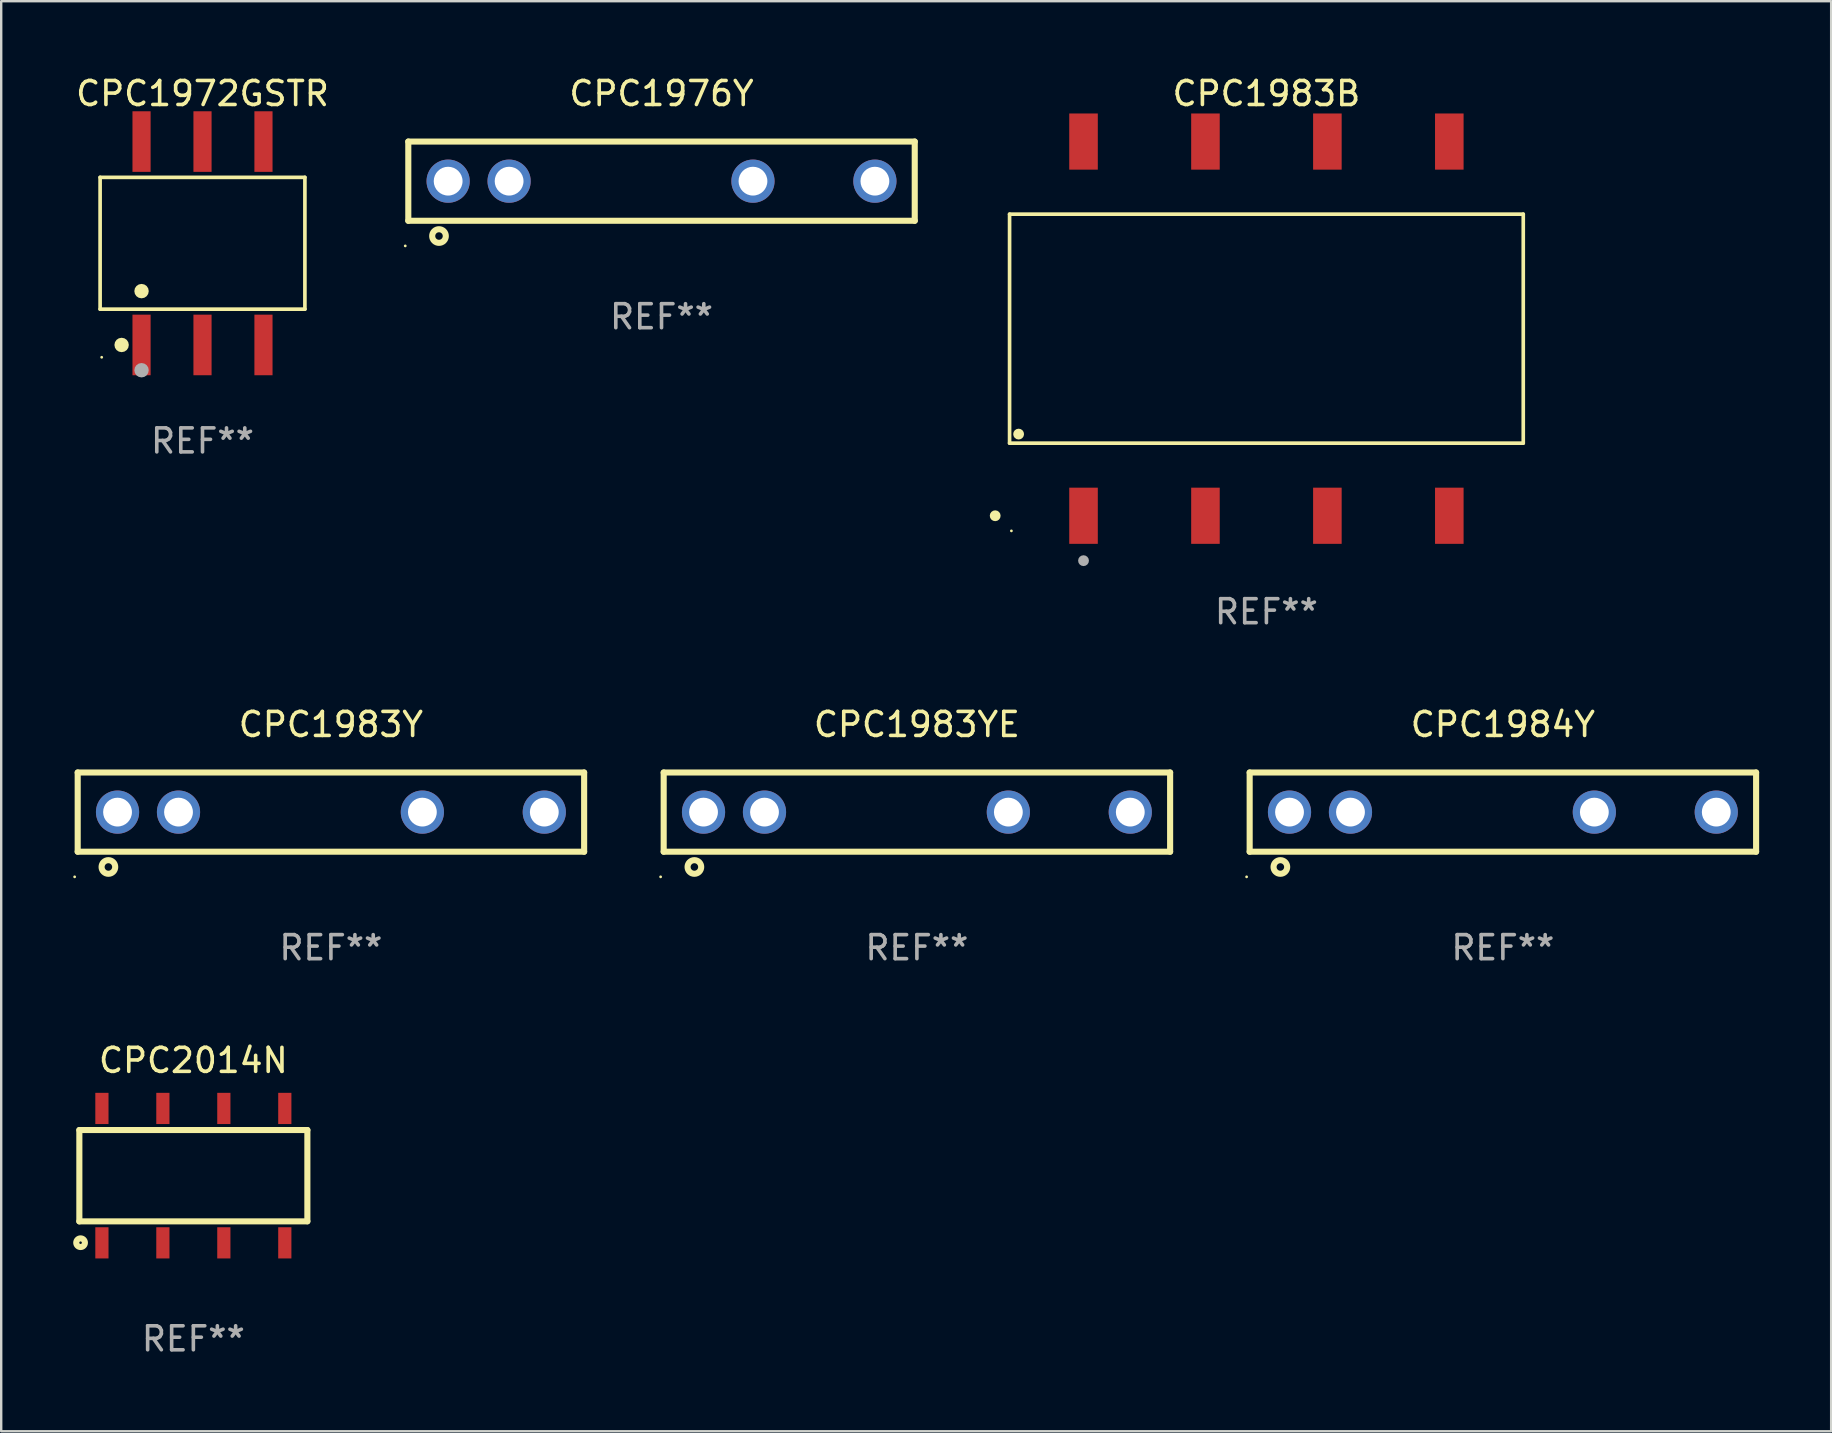
<source format=kicad_pcb>
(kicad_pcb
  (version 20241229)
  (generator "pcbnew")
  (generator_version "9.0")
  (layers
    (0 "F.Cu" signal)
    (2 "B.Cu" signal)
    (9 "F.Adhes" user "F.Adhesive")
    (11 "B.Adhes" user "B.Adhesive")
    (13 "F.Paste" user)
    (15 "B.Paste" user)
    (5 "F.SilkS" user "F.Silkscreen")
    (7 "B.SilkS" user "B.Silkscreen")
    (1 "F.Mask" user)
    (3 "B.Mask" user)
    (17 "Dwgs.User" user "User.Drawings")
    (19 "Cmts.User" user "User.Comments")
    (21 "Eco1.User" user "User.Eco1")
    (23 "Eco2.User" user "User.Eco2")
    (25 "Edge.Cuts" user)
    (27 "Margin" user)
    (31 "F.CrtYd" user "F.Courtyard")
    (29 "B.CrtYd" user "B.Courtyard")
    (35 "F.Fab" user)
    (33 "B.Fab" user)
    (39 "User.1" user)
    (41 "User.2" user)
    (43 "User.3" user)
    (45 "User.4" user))
  (footprint "CPC2014N"
    (layer "F.Cu")
    (at 5.006 45.931)
    (property "Reference" "CPC2014N" (at 0 -4.8 0) (layer "F.SilkS") (effects (font (size 1 1) (thickness 0.15))))
    (attr through_hole)
    (fp_line (start -4.75 -1.9) (end -4.75 1.905) (stroke (width 0.254) (type solid)) (layer "F.SilkS"))
    (fp_line (start -4.75 -1.9) (end 4.75 -1.9) (stroke (width 0.254) (type solid)) (layer "F.SilkS"))
    (fp_line (start -4.75 1.905) (end 4.75 1.905) (stroke (width 0.254) (type solid)) (layer "F.SilkS"))
    (fp_line (start 4.75 -1.9) (end 4.75 1.9) (stroke (width 0.254) (type solid)) (layer "F.SilkS"))
    (fp_circle (center -4.699 2.794) (end -4.519 2.794) (stroke (width 0.254) (type solid)) (fill no) (layer "F.SilkS"))
    (fp_text user "REF**" (at 0 6.8 0) (layer "F.Fab") (effects (font (size 1 1) (thickness 0.15))))
    (pad "1" smd rect (at -3.81 2.8) (size 0.55 1.3) (layers "F.Cu" "F.Mask" "F.Paste"))
    (pad "2" smd rect (at -1.27 2.8) (size 0.55 1.3) (layers "F.Cu" "F.Mask" "F.Paste"))
    (pad "3" smd rect (at 1.27 2.8) (size 0.55 1.3) (layers "F.Cu" "F.Mask" "F.Paste"))
    (pad "4" smd rect (at 3.81 2.8) (size 0.55 1.3) (layers "F.Cu" "F.Mask" "F.Paste"))
    (pad "5" smd rect (at 3.81 -2.8) (size 0.55 1.3) (layers "F.Cu" "F.Mask" "F.Paste"))
    (pad "6" smd rect (at 1.27 -2.8) (size 0.55 1.3) (layers "F.Cu" "F.Mask" "F.Paste"))
    (pad "7" smd rect (at -1.27 -2.8) (size 0.55 1.3) (layers "F.Cu" "F.Mask" "F.Paste"))
    (pad "8" smd rect (at -3.81 -2.8) (size 0.55 1.3) (layers "F.Cu" "F.Mask" "F.Paste")))
  (footprint "CPC1984Y"
    (layer "F.Cu")
    (at 59.565 30.785)
    (property "Reference" "CPC1984Y" (at 0 -3.65 0) (layer "F.SilkS") (effects (font (size 1 1) (thickness 0.15))))
    (attr through_hole)
    (fp_line (start -10.55 -1.65) (end -10.55 1.65) (stroke (width 0.254) (type solid)) (layer "F.SilkS"))
    (fp_line (start 10.55 -1.65) (end -10.55 -1.65) (stroke (width 0.254) (type solid)) (layer "F.SilkS"))
    (fp_line (start 10.55 1.65) (end -10.55 1.65) (stroke (width 0.254) (type solid)) (layer "F.SilkS"))
    (fp_line (start 10.55 1.65) (end 10.55 -1.65) (stroke (width 0.254) (type solid)) (layer "F.SilkS"))
    (fp_circle (center -10.677 2.697) (end -10.647 2.697) (stroke (width 0.06) (type solid)) (fill no) (layer "F.SilkS"))
    (fp_circle (center -9.271 2.286) (end -8.987 2.286) (stroke (width 0.254) (type solid)) (fill no) (layer "F.SilkS"))
    (fp_text user "REF**" (at 0 5.65 0) (layer "F.Fab") (effects (font (size 1 1) (thickness 0.15))))
    (pad "1" thru_hole circle (at -8.89 0) (size 1.8 1.8) (drill 1.2) (layers "*.Cu" "*.Mask"))
    (pad "2" thru_hole circle (at -6.35 0) (size 1.8 1.8) (drill 1.2) (layers "*.Cu" "*.Mask"))
    (pad "3" thru_hole circle (at 3.81 0) (size 1.8 1.8) (drill 1.2) (layers "*.Cu" "*.Mask"))
    (pad "4" thru_hole circle (at 8.89 0) (size 1.8 1.8) (drill 1.2) (layers "*.Cu" "*.Mask")))
  (footprint "CPC1983Y"
    (layer "F.Cu")
    (at 10.737 30.785)
    (property "Reference" "CPC1983Y" (at 0 -3.65 0) (layer "F.SilkS") (effects (font (size 1 1) (thickness 0.15))))
    (attr through_hole)
    (fp_line (start -10.55 -1.65) (end -10.55 1.65) (stroke (width 0.254) (type solid)) (layer "F.SilkS"))
    (fp_line (start 10.55 -1.65) (end -10.55 -1.65) (stroke (width 0.254) (type solid)) (layer "F.SilkS"))
    (fp_line (start 10.55 1.65) (end -10.55 1.65) (stroke (width 0.254) (type solid)) (layer "F.SilkS"))
    (fp_line (start 10.55 1.65) (end 10.55 -1.65) (stroke (width 0.254) (type solid)) (layer "F.SilkS"))
    (fp_circle (center -10.677 2.697) (end -10.647 2.697) (stroke (width 0.06) (type solid)) (fill no) (layer "F.SilkS"))
    (fp_circle (center -9.271 2.286) (end -8.987 2.286) (stroke (width 0.254) (type solid)) (fill no) (layer "F.SilkS"))
    (fp_text user "REF**" (at 0 5.65 0) (layer "F.Fab") (effects (font (size 1 1) (thickness 0.15))))
    (pad "1" thru_hole circle (at -8.89 0) (size 1.8 1.8) (drill 1.2) (layers "*.Cu" "*.Mask"))
    (pad "2" thru_hole circle (at -6.35 0) (size 1.8 1.8) (drill 1.2) (layers "*.Cu" "*.Mask"))
    (pad "3" thru_hole circle (at 3.81 0) (size 1.8 1.8) (drill 1.2) (layers "*.Cu" "*.Mask"))
    (pad "4" thru_hole circle (at 8.89 0) (size 1.8 1.8) (drill 1.2) (layers "*.Cu" "*.Mask")))
  (footprint "CPC1976Y"
    (layer "F.Cu")
    (at 24.511 4.498)
    (property "Reference" "CPC1976Y" (at 0 -3.65 0) (layer "F.SilkS") (effects (font (size 1 1) (thickness 0.15))))
    (attr through_hole)
    (fp_line (start -10.55 -1.65) (end -10.55 1.65) (stroke (width 0.254) (type solid)) (layer "F.SilkS"))
    (fp_line (start 10.55 -1.65) (end -10.55 -1.65) (stroke (width 0.254) (type solid)) (layer "F.SilkS"))
    (fp_line (start 10.55 1.65) (end -10.55 1.65) (stroke (width 0.254) (type solid)) (layer "F.SilkS"))
    (fp_line (start 10.55 1.65) (end 10.55 -1.65) (stroke (width 0.254) (type solid)) (layer "F.SilkS"))
    (fp_circle (center -10.677 2.697) (end -10.647 2.697) (stroke (width 0.06) (type solid)) (fill no) (layer "F.SilkS"))
    (fp_circle (center -9.271 2.286) (end -8.987 2.286) (stroke (width 0.254) (type solid)) (fill no) (layer "F.SilkS"))
    (fp_text user "REF**" (at 0 5.65 0) (layer "F.Fab") (effects (font (size 1 1) (thickness 0.15))))
    (pad "1" thru_hole circle (at -8.89 0) (size 1.8 1.8) (drill 1.2) (layers "*.Cu" "*.Mask"))
    (pad "2" thru_hole circle (at -6.35 0) (size 1.8 1.8) (drill 1.2) (layers "*.Cu" "*.Mask"))
    (pad "3" thru_hole circle (at 3.81 0) (size 1.8 1.8) (drill 1.2) (layers "*.Cu" "*.Mask"))
    (pad "4" thru_hole circle (at 8.89 0) (size 1.8 1.8) (drill 1.2) (layers "*.Cu" "*.Mask")))
  (footprint "CPC1983B"
    (layer "F.Cu")
    (at 49.713 10.643)
    (property "Reference" "CPC1983B" (at 0 -9.795 0) (layer "F.SilkS") (effects (font (size 1 1) (thickness 0.15))))
    (attr through_hole)
    (fp_line (start -10.701 -4.77) (end 10.701 -4.77) (stroke (width 0.152) (type solid)) (layer "F.SilkS"))
    (fp_line (start -10.701 4.77) (end -10.701 -4.77) (stroke (width 0.152) (type solid)) (layer "F.SilkS"))
    (fp_line (start 10.701 -4.77) (end 10.701 4.77) (stroke (width 0.152) (type solid)) (layer "F.SilkS"))
    (fp_line (start 10.701 4.77) (end -10.701 4.77) (stroke (width 0.152) (type solid)) (layer "F.SilkS"))
    (fp_circle (center -11.3 7.795) (end -11.187 7.795) (stroke (width 0.225) (type solid)) (fill no) (layer "F.SilkS"))
    (fp_circle (center -10.625 8.425) (end -10.595 8.425) (stroke (width 0.06) (type solid)) (fill no) (layer "F.SilkS"))
    (fp_circle (center -10.324 4.393) (end -10.211 4.393) (stroke (width 0.225) (type solid)) (fill no) (layer "F.SilkS"))
    (fp_circle (center -7.62 9.666) (end -7.507 9.666) (stroke (width 0.225) (type solid)) (fill no) (layer "F.Fab"))
    (fp_text user "REF**" (at 0 11.795 0) (layer "F.Fab") (effects (font (size 1 1) (thickness 0.15))))
    (pad "1" smd rect (at -7.62 7.795) (size 1.19 2.34) (layers "F.Cu" "F.Mask" "F.Paste"))
    (pad "2" smd rect (at -2.54 7.795) (size 1.19 2.34) (layers "F.Cu" "F.Mask" "F.Paste"))
    (pad "3" smd rect (at 2.54 7.795) (size 1.19 2.34) (layers "F.Cu" "F.Mask" "F.Paste"))
    (pad "4" smd rect (at 7.62 7.795) (size 1.19 2.34) (layers "F.Cu" "F.Mask" "F.Paste"))
    (pad "5" smd rect (at 7.62 -7.795) (size 1.19 2.34) (layers "F.Cu" "F.Mask" "F.Paste"))
    (pad "6" smd rect (at 2.54 -7.795) (size 1.19 2.34) (layers "F.Cu" "F.Mask" "F.Paste"))
    (pad "7" smd rect (at -2.54 -7.795) (size 1.19 2.34) (layers "F.Cu" "F.Mask" "F.Paste"))
    (pad "8" smd rect (at -7.62 -7.795) (size 1.19 2.34) (layers "F.Cu" "F.Mask" "F.Paste")))
  (footprint "CPC1972GSTR"
    (layer "F.Cu")
    (at 5.387 7.085)
    (property "Reference" "CPC1972GSTR" (at 0 -6.237 0) (layer "F.SilkS") (effects (font (size 1 1) (thickness 0.15))))
    (attr through_hole)
    (fp_line (start -4.266 -2.746) (end 4.266 -2.746) (stroke (width 0.152) (type solid)) (layer "F.SilkS"))
    (fp_line (start -4.266 2.746) (end -4.266 -2.746) (stroke (width 0.152) (type solid)) (layer "F.SilkS"))
    (fp_line (start 4.266 -2.746) (end 4.266 2.746) (stroke (width 0.152) (type solid)) (layer "F.SilkS"))
    (fp_line (start 4.266 2.746) (end -4.266 2.746) (stroke (width 0.152) (type solid)) (layer "F.SilkS"))
    (fp_circle (center -4.2 4.75) (end -4.17 4.75) (stroke (width 0.06) (type solid)) (fill no) (layer "F.SilkS"))
    (fp_circle (center -3.37 4.237) (end -3.22 4.237) (stroke (width 0.3) (type solid)) (fill no) (layer "F.SilkS"))
    (fp_circle (center -2.54 1.994) (end -2.39 1.994) (stroke (width 0.3) (type solid)) (fill no) (layer "F.SilkS"))
    (fp_circle (center -2.54 5.29) (end -2.39 5.29) (stroke (width 0.3) (type solid)) (fill no) (layer "F.Fab"))
    (fp_text user "REF**" (at 0 8.237 0) (layer "F.Fab") (effects (font (size 1 1) (thickness 0.15))))
    (pad "1" smd rect (at -2.54 4.237) (size 0.756 2.524) (layers "F.Cu" "F.Mask" "F.Paste"))
    (pad "2" smd rect (at 0 4.237) (size 0.756 2.524) (layers "F.Cu" "F.Mask" "F.Paste"))
    (pad "3" smd rect (at 2.54 4.237) (size 0.756 2.524) (layers "F.Cu" "F.Mask" "F.Paste"))
    (pad "4" smd rect (at 2.54 -4.237) (size 0.756 2.524) (layers "F.Cu" "F.Mask" "F.Paste"))
    (pad "5" smd rect (at 0 -4.237) (size 0.756 2.524) (layers "F.Cu" "F.Mask" "F.Paste"))
    (pad "6" smd rect (at -2.54 -4.237) (size 0.756 2.524) (layers "F.Cu" "F.Mask" "F.Paste")))
  (footprint "CPC1983YE"
    (layer "F.Cu")
    (at 35.151 30.785)
    (property "Reference" "CPC1983YE" (at 0 -3.65 0) (layer "F.SilkS") (effects (font (size 1 1) (thickness 0.15))))
    (attr through_hole)
    (fp_line (start -10.55 -1.65) (end -10.55 1.65) (stroke (width 0.254) (type solid)) (layer "F.SilkS"))
    (fp_line (start 10.55 -1.65) (end -10.55 -1.65) (stroke (width 0.254) (type solid)) (layer "F.SilkS"))
    (fp_line (start 10.55 1.65) (end -10.55 1.65) (stroke (width 0.254) (type solid)) (layer "F.SilkS"))
    (fp_line (start 10.55 1.65) (end 10.55 -1.65) (stroke (width 0.254) (type solid)) (layer "F.SilkS"))
    (fp_circle (center -10.677 2.697) (end -10.647 2.697) (stroke (width 0.06) (type solid)) (fill no) (layer "F.SilkS"))
    (fp_circle (center -9.271 2.286) (end -8.987 2.286) (stroke (width 0.254) (type solid)) (fill no) (layer "F.SilkS"))
    (fp_text user "REF**" (at 0 5.65 0) (layer "F.Fab") (effects (font (size 1 1) (thickness 0.15))))
    (pad "1" thru_hole circle (at -8.89 0) (size 1.8 1.8) (drill 1.2) (layers "*.Cu" "*.Mask"))
    (pad "2" thru_hole circle (at -6.35 0) (size 1.8 1.8) (drill 1.2) (layers "*.Cu" "*.Mask"))
    (pad "3" thru_hole circle (at 3.81 0) (size 1.8 1.8) (drill 1.2) (layers "*.Cu" "*.Mask"))
    (pad "4" thru_hole circle (at 8.89 0) (size 1.8 1.8) (drill 1.2) (layers "*.Cu" "*.Mask")))
  (gr_rect
    (start -3 -3)
    (end 73.242 56.58)
    (stroke (width 0.1) (type default))
    (fill no)
    (layer "Edge.Cuts")))
</source>
